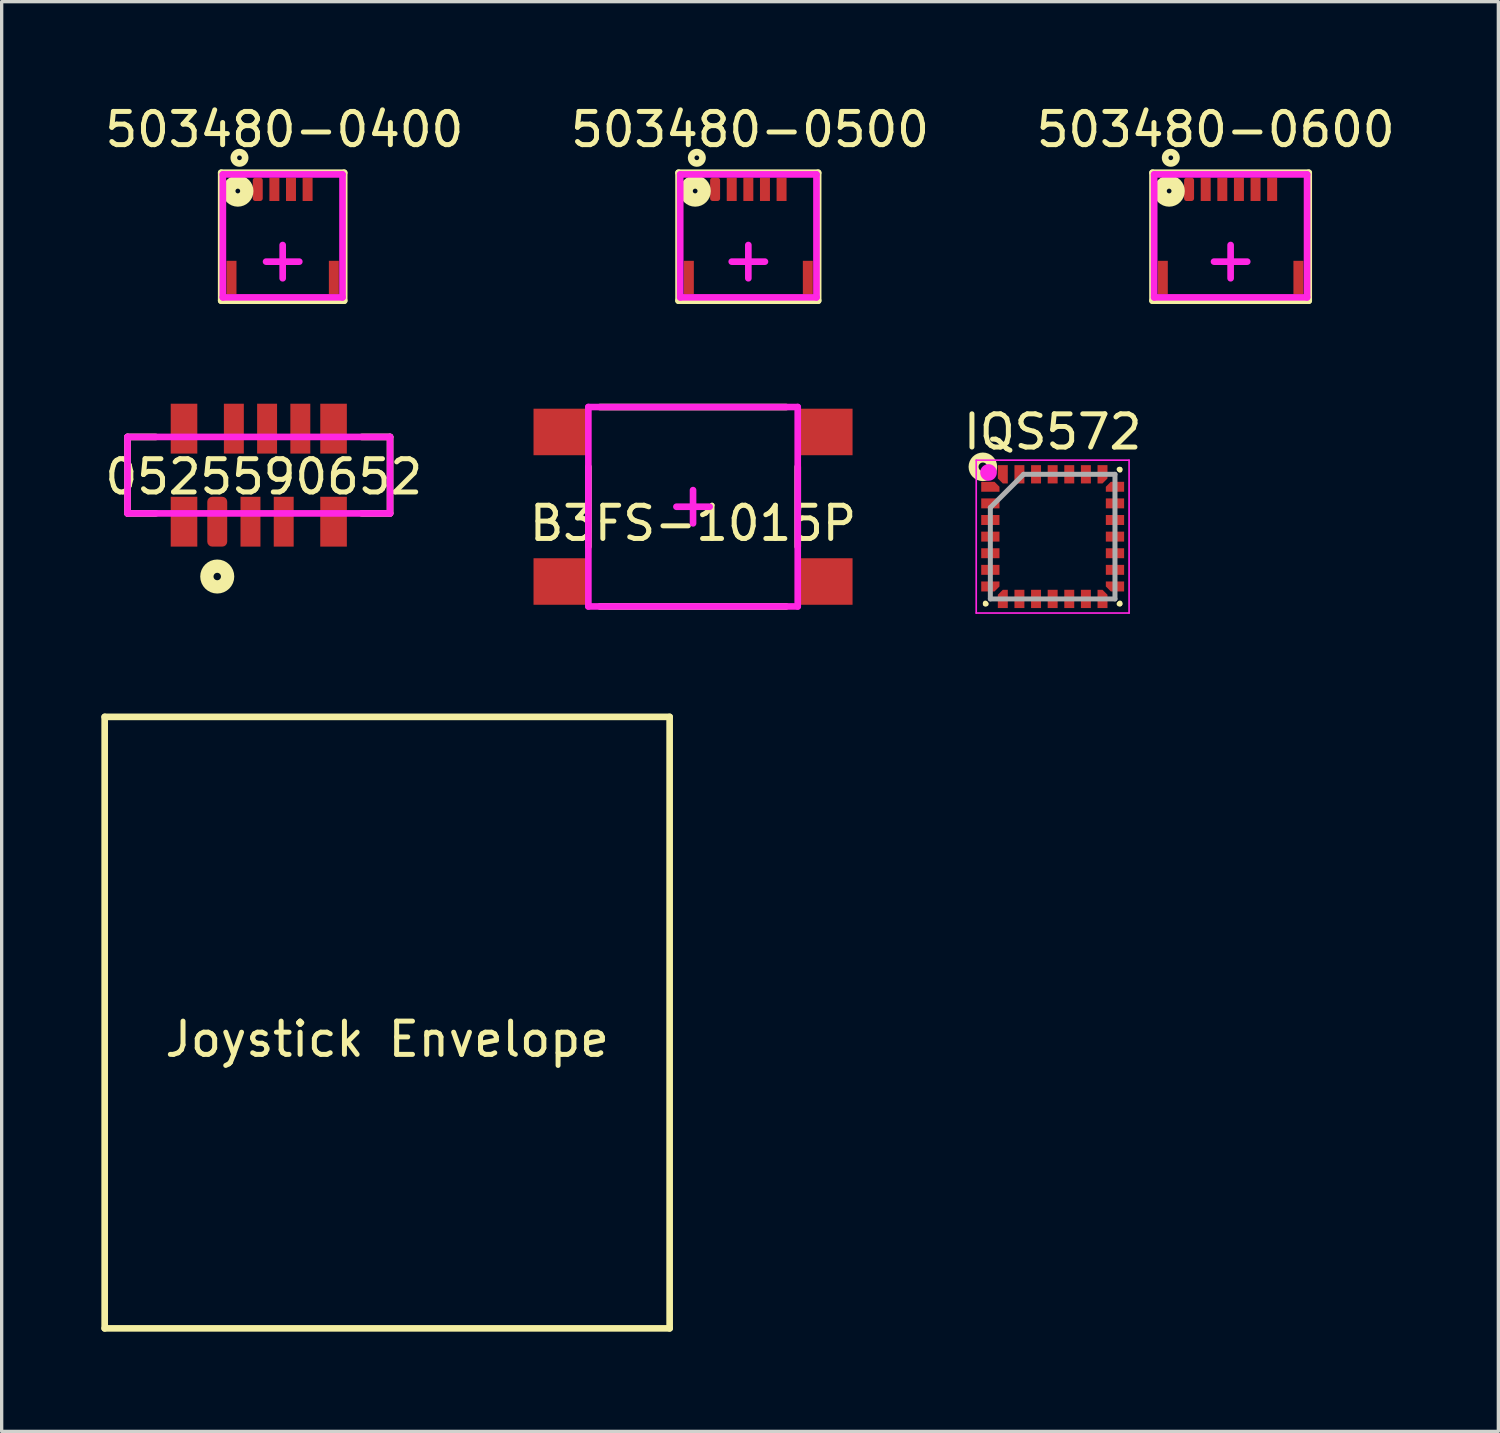
<source format=kicad_pcb>
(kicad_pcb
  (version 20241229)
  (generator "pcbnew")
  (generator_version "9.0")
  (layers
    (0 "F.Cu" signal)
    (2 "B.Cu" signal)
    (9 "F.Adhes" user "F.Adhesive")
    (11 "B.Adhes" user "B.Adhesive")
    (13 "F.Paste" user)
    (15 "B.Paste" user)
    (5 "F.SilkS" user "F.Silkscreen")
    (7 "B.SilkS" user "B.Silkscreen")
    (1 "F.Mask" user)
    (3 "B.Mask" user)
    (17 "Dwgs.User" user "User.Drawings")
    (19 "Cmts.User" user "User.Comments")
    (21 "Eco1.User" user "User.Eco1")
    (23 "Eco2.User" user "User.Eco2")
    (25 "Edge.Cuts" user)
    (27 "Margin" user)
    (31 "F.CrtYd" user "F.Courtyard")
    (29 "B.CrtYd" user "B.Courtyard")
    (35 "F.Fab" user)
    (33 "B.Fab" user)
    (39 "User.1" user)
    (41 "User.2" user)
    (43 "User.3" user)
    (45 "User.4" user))
  (footprint "Joystick Envelope"
    (layer "F.Cu")
    (at 8.6 27.721)
    (property "Reference" "Joystick Envelope" (at 0 0.5 0) (layer "F.SilkS") (effects (font (size 1 1) (thickness 0.15))))
    (attr through_hole)
    (fp_line (start -8.5 -9.2) (end -8.5 9.2) (stroke (width 0.2) (type solid)) (layer "F.SilkS"))
    (fp_line (start -8.5 -9.2) (end 8.5 -9.2) (stroke (width 0.2) (type solid)) (layer "F.SilkS"))
    (fp_line (start -8.5 9.2) (end 8.5 9.2) (stroke (width 0.2) (type solid)) (layer "F.SilkS"))
    (fp_line (start 8.5 -9.2) (end 8.5 9.2) (stroke (width 0.2) (type solid)) (layer "F.SilkS")))
  (footprint "0525590652"
    (layer "F.Cu")
    (at 4.737 11.248)
    (property "Reference" "0525590652" (at 0.15 0.05 0) (layer "F.SilkS") (effects (font (size 1 1) (thickness 0.15))))
    (attr through_hole)
    (fp_line (start -3.95 -1.15) (end -3.95 1.15) (stroke (width 0.2) (type solid)) (layer "F.SilkS"))
    (fp_line (start -3.95 -1.15) (end -3.1 -1.15) (stroke (width 0.2) (type solid)) (layer "F.SilkS"))
    (fp_line (start -3.95 1.15) (end -3.1 1.15) (stroke (width 0.2) (type solid)) (layer "F.SilkS"))
    (fp_line (start 3.1 -1.15) (end 3.95 -1.15) (stroke (width 0.2) (type solid)) (layer "F.SilkS"))
    (fp_line (start 3.1 1.15) (end 3.95 1.15) (stroke (width 0.2) (type solid)) (layer "F.SilkS"))
    (fp_line (start 3.95 -1.15) (end 3.95 1.15) (stroke (width 0.2) (type solid)) (layer "F.SilkS"))
    (fp_circle (center -1.25 3.05) (end -1.138 3.05) (stroke (width 0.4) (type solid)) (fill no) (layer "F.SilkS"))
    (fp_line (start -3.95 -1.15) (end 3.95 -1.15) (stroke (width 0.2) (type solid)) (layer "F.CrtYd"))
    (fp_line (start -3.95 1.15) (end -3.95 -1.15) (stroke (width 0.2) (type solid)) (layer "F.CrtYd"))
    (fp_line (start 3.95 1.15) (end -3.95 1.15) (stroke (width 0.2) (type solid)) (layer "F.CrtYd"))
    (fp_line (start 3.95 1.15) (end 3.95 -1.15) (stroke (width 0.2) (type solid)) (layer "F.CrtYd"))
    (pad "0" smd rect (at -2.25 -1.4) (size 0.8 1.5) (layers "F.Cu" "F.Mask" "F.Paste"))
    (pad "0" smd rect (at -2.25 1.4) (size 0.8 1.5) (layers "F.Cu" "F.Mask" "F.Paste"))
    (pad "0" smd rect (at 2.25 -1.4) (size 0.8 1.5) (layers "F.Cu" "F.Mask" "F.Paste"))
    (pad "0" smd rect (at 2.25 1.4) (size 0.8 1.5) (layers "F.Cu" "F.Mask" "F.Paste"))
    (pad "1" smd roundrect (at -1.25 1.4) (size 0.6 1.5) (layers "F.Cu" "F.Mask" "F.Paste") (roundrect_rratio 0.25))
    (pad "2" smd rect (at -0.75 -1.4) (size 0.6 1.5) (layers "F.Cu" "F.Mask" "F.Paste"))
    (pad "3" smd rect (at -0.25 1.4) (size 0.6 1.5) (layers "F.Cu" "F.Mask" "F.Paste"))
    (pad "4" smd rect (at 0.25 -1.4) (size 0.6 1.5) (layers "F.Cu" "F.Mask" "F.Paste"))
    (pad "5" smd rect (at 0.75 1.4) (size 0.6 1.5) (layers "F.Cu" "F.Mask" "F.Paste"))
    (pad "6" smd rect (at 1.25 -1.4) (size 0.6 1.5) (layers "F.Cu" "F.Mask" "F.Paste")))
  (footprint "503480-0600"
    (layer "F.Cu")
    (at 33.98 2.648)
    (property "Reference" "503480-0600" (at -0.45 -1.8 0) (layer "F.SilkS") (effects (font (size 1 1) (thickness 0.15))))
    (attr through_hole)
    (fp_line (start -2.35 -0.5) (end 2.35 -0.5) (stroke (width 0.2) (type solid)) (layer "F.SilkS"))
    (fp_line (start -2.35 3.35) (end -2.35 -0.5) (stroke (width 0.2) (type solid)) (layer "F.SilkS"))
    (fp_line (start -2.35 3.35) (end 2.35 3.35) (stroke (width 0.2) (type solid)) (layer "F.SilkS"))
    (fp_line (start 2.35 3.35) (end 2.35 -0.5) (stroke (width 0.2) (type solid)) (layer "F.SilkS"))
    (fp_circle (center -1.85 0.05) (end -1.779 0.05) (stroke (width 0.4) (type solid)) (fill no) (layer "F.SilkS"))
    (fp_circle (center -1.8 -0.95) (end -1.75 -0.9) (stroke (width 0.2) (type solid)) (fill no) (layer "F.SilkS"))
    (fp_line (start -2.3 -0.45) (end -2.3 3.25) (stroke (width 0.2) (type solid)) (layer "F.CrtYd"))
    (fp_line (start -2.3 3.25) (end 2.3 3.25) (stroke (width 0.2) (type solid)) (layer "F.CrtYd"))
    (fp_line (start -0.5 2.175) (end 0.5 2.175) (stroke (width 0.2) (type solid)) (layer "F.CrtYd"))
    (fp_line (start 0 1.675) (end 0 2.675) (stroke (width 0.2) (type solid)) (layer "F.CrtYd"))
    (fp_line (start 2.3 -0.45) (end -2.3 -0.45) (stroke (width 0.2) (type solid)) (layer "F.CrtYd"))
    (fp_line (start 2.3 3.25) (end 2.3 -0.45) (stroke (width 0.2) (type solid)) (layer "F.CrtYd"))
    (pad "0" smd rect (at -2.04 2.65) (size 0.3 1) (layers "F.Cu" "F.Mask" "F.Paste"))
    (pad "0" smd rect (at 2.04 2.65) (size 0.3 1) (layers "F.Cu" "F.Mask" "F.Paste"))
    (pad "1" smd roundrect (at -1.25 0) (size 0.3 0.7) (layers "F.Cu" "F.Mask" "F.Paste") (roundrect_rratio 0.25))
    (pad "2" smd rect (at -0.75 0) (size 0.3 0.7) (layers "F.Cu" "F.Mask" "F.Paste"))
    (pad "3" smd rect (at -0.25 0) (size 0.3 0.7) (layers "F.Cu" "F.Mask" "F.Paste"))
    (pad "4" smd rect (at 0.25 0) (size 0.3 0.7) (layers "F.Cu" "F.Mask" "F.Paste"))
    (pad "5" smd rect (at 0.75 0) (size 0.3 0.7) (layers "F.Cu" "F.Mask" "F.Paste"))
    (pad "6" smd rect (at 1.25 0) (size 0.3 0.7) (layers "F.Cu" "F.Mask" "F.Paste")))
  (footprint "B3FS-1015P"
    (layer "F.Cu")
    (at 17.804 12.198)
    (property "Reference" "B3FS-1015P" (at 0 0.5 0) (layer "F.SilkS") (effects (font (size 1 1) (thickness 0.15))))
    (attr through_hole)
    (fp_line (start -3.15 1.2) (end -3.15 -1.2) (stroke (width 0.2) (type solid)) (layer "F.SilkS"))
    (fp_line (start -2.8 -3) (end 2.8 -3) (stroke (width 0.2) (type solid)) (layer "F.SilkS"))
    (fp_line (start -2.8 3) (end 2.8 3) (stroke (width 0.2) (type solid)) (layer "F.SilkS"))
    (fp_line (start 3.15 1.2) (end 3.15 -1.2) (stroke (width 0.2) (type solid)) (layer "F.SilkS"))
    (fp_line (start -3.15 -3) (end 3.15 -3) (stroke (width 0.2) (type solid)) (layer "F.CrtYd"))
    (fp_line (start -3.15 3) (end -3.15 -3) (stroke (width 0.2) (type solid)) (layer "F.CrtYd"))
    (fp_line (start -3.15 3) (end 3.15 3) (stroke (width 0.2) (type solid)) (layer "F.CrtYd"))
    (fp_line (start -0.5 0) (end 0.5 0) (stroke (width 0.2) (type solid)) (layer "F.CrtYd"))
    (fp_line (start 0 -0.5) (end 0 0.5) (stroke (width 0.2) (type solid)) (layer "F.CrtYd"))
    (fp_line (start 3.15 3) (end 3.15 -3) (stroke (width 0.2) (type solid)) (layer "F.CrtYd"))
    (pad "1" smd rect (at 4 2.25) (size 1.6 1.4) (layers "F.Cu" "F.Mask" "F.Paste"))
    (pad "2" smd rect (at -4 2.25) (size 1.6 1.4) (layers "F.Cu" "F.Mask" "F.Paste"))
    (pad "3" smd rect (at 4 -2.25) (size 1.6 1.4) (layers "F.Cu" "F.Mask" "F.Paste"))
    (pad "4" smd rect (at -4 -2.25) (size 1.6 1.4) (layers "F.Cu" "F.Mask" "F.Paste")))
  (footprint "503480-0400"
    (layer "F.Cu")
    (at 5.456 2.648)
    (property "Reference" "503480-0400" (at 0.05 -1.8 0) (layer "F.SilkS") (effects (font (size 1 1) (thickness 0.15))))
    (attr through_hole)
    (fp_line (start -1.85 -0.5) (end 1.85 -0.5) (stroke (width 0.2) (type solid)) (layer "F.SilkS"))
    (fp_line (start -1.85 3.35) (end -1.85 -0.5) (stroke (width 0.2) (type solid)) (layer "F.SilkS"))
    (fp_line (start -1.85 3.35) (end 1.85 3.35) (stroke (width 0.2) (type solid)) (layer "F.SilkS"))
    (fp_line (start 1.85 3.35) (end 1.85 -0.5) (stroke (width 0.2) (type solid)) (layer "F.SilkS"))
    (fp_circle (center -1.35 0.05) (end -1.279 0.05) (stroke (width 0.4) (type solid)) (fill no) (layer "F.SilkS"))
    (fp_circle (center -1.3 -0.95) (end -1.25 -0.9) (stroke (width 0.2) (type solid)) (fill no) (layer "F.SilkS"))
    (fp_line (start -1.8 -0.45) (end -1.8 3.25) (stroke (width 0.2) (type solid)) (layer "F.CrtYd"))
    (fp_line (start -1.8 3.25) (end 1.8 3.25) (stroke (width 0.2) (type solid)) (layer "F.CrtYd"))
    (fp_line (start -0.5 2.175) (end 0.5 2.175) (stroke (width 0.2) (type solid)) (layer "F.CrtYd"))
    (fp_line (start 0 1.675) (end 0 2.675) (stroke (width 0.2) (type solid)) (layer "F.CrtYd"))
    (fp_line (start 1.8 -0.45) (end -1.8 -0.45) (stroke (width 0.2) (type solid)) (layer "F.CrtYd"))
    (fp_line (start 1.8 3.25) (end 1.8 -0.45) (stroke (width 0.2) (type solid)) (layer "F.CrtYd"))
    (pad "0" smd rect (at -1.54 2.65) (size 0.3 1) (layers "F.Cu" "F.Mask" "F.Paste"))
    (pad "0" smd rect (at 1.54 2.65) (size 0.3 1) (layers "F.Cu" "F.Mask" "F.Paste"))
    (pad "1" smd roundrect (at -0.75 0) (size 0.3 0.7) (layers "F.Cu" "F.Mask" "F.Paste") (roundrect_rratio 0.25))
    (pad "2" smd rect (at -0.25 0) (size 0.3 0.7) (layers "F.Cu" "F.Mask" "F.Paste"))
    (pad "3" smd rect (at 0.25 0) (size 0.3 0.7) (layers "F.Cu" "F.Mask" "F.Paste"))
    (pad "4" smd rect (at 0.75 0) (size 0.3 0.7) (layers "F.Cu" "F.Mask" "F.Paste")))
  (footprint "IQS572"
    (layer "F.Cu")
    (at 28.625 13.097)
    (property "Reference" "IQS572" (at 0 -3.15 0) (layer "F.SilkS") (effects (font (size 1 1) (thickness 0.15))))
    (attr smd)
    (fp_line (start -2.025 2.025) (end -2.025 2) (stroke (width 0.15) (type solid)) (layer "F.SilkS"))
    (fp_line (start -2 2.025) (end -2.025 2.025) (stroke (width 0.15) (type solid)) (layer "F.SilkS"))
    (fp_line (start 2 -2.025) (end 2.025 -2.025) (stroke (width 0.15) (type solid)) (layer "F.SilkS"))
    (fp_line (start 2 2.025) (end 2.025 2.025) (stroke (width 0.15) (type solid)) (layer "F.SilkS"))
    (fp_line (start 2.025 -2.025) (end 2.025 -2) (stroke (width 0.15) (type solid)) (layer "F.SilkS"))
    (fp_line (start 2.025 2.025) (end 2.025 2) (stroke (width 0.15) (type solid)) (layer "F.SilkS"))
    (fp_circle (center -2.1 -2.1) (end -1.97 -2.1) (stroke (width 0.3) (type solid)) (fill no) (layer "F.SilkS"))
    (fp_line (start -2.3 -2.3) (end 2.3 -2.3) (stroke (width 0.05) (type solid)) (layer "F.CrtYd"))
    (fp_line (start -2.3 2.3) (end -2.3 -2.3) (stroke (width 0.05) (type solid)) (layer "F.CrtYd"))
    (fp_line (start 2.3 -2.3) (end 2.3 2.3) (stroke (width 0.05) (type solid)) (layer "F.CrtYd"))
    (fp_line (start 2.3 2.3) (end -2.3 2.3) (stroke (width 0.05) (type solid)) (layer "F.CrtYd"))
    (fp_circle (center -1.93 -1.93) (end -1.804 -1.93) (stroke (width 0.25) (type solid)) (fill no) (layer "F.CrtYd"))
    (fp_line (start -1.875 -0.875) (end -1.875 1.875) (stroke (width 0.15) (type solid)) (layer "F.Fab"))
    (fp_line (start -1.875 1.875) (end 1.875 1.875) (stroke (width 0.15) (type solid)) (layer "F.Fab"))
    (fp_line (start -0.875 -1.875) (end -1.875 -0.875) (stroke (width 0.15) (type solid)) (layer "F.Fab"))
    (fp_line (start 1.875 -1.875) (end -0.875 -1.875) (stroke (width 0.15) (type solid)) (layer "F.Fab"))
    (fp_line (start 1.875 1.875) (end 1.875 -1.875) (stroke (width 0.15) (type solid)) (layer "F.Fab"))
    (pad "1" smd custom (at -1.875 -1.5 90) (size 0.1 0.1) (layers "F.Cu" "F.Mask" "F.Paste") (options (anchor rect)) (primitives (gr_poly (pts (xy -0.15 -0.275) (xy -0.15 0.275) (xy 0 0.275) (xy 0.15 0.125) (xy 0.15 -0.275)) (width 0) (fill yes))))
    (pad "2" smd rect (at -1.875 -1 90) (size 0.3 0.55) (layers "F.Cu" "F.Mask" "F.Paste"))
    (pad "3" smd rect (at -1.875 -0.5 90) (size 0.3 0.55) (layers "F.Cu" "F.Mask" "F.Paste"))
    (pad "4" smd rect (at -1.875 0 90) (size 0.3 0.55) (layers "F.Cu" "F.Mask" "F.Paste"))
    (pad "5" smd rect (at -1.875 0.5 90) (size 0.3 0.55) (layers "F.Cu" "F.Mask" "F.Paste"))
    (pad "6" smd rect (at -1.875 1 90) (size 0.3 0.55) (layers "F.Cu" "F.Mask" "F.Paste"))
    (pad "7" smd custom (at -1.875 1.5 90) (size 0.1 0.1) (layers "F.Cu" "F.Mask" "F.Paste") (options (anchor rect)) (primitives (gr_poly (pts (xy 0.15 -0.275) (xy -0.15 -0.275) (xy -0.15 0.125) (xy 0 0.275) (xy 0.15 0.275)) (width 0) (fill yes))))
    (pad "8" smd custom (at -1.5 1.875) (size 0.1 0.1) (layers "F.Cu" "F.Mask" "F.Paste") (options (anchor rect)) (primitives (gr_poly (pts (xy 0.15 0.275) (xy 0.15 -0.275) (xy 0 -0.275) (xy -0.15 -0.125) (xy -0.15 0.275)) (width 0) (fill yes))))
    (pad "9" smd rect (at -1 1.875) (size 0.3 0.55) (layers "F.Cu" "F.Mask" "F.Paste"))
    (pad "10" smd rect (at -0.5 1.875) (size 0.3 0.55) (layers "F.Cu" "F.Mask" "F.Paste"))
    (pad "11" smd rect (at 0 1.875) (size 0.3 0.55) (layers "F.Cu" "F.Mask" "F.Paste"))
    (pad "12" smd rect (at 0.5 1.875) (size 0.3 0.55) (layers "F.Cu" "F.Mask" "F.Paste"))
    (pad "13" smd rect (at 1 1.875) (size 0.3 0.55) (layers "F.Cu" "F.Mask" "F.Paste"))
    (pad "14" smd custom (at 1.5 1.875) (size 0.1 0.1) (layers "F.Cu" "F.Mask" "F.Paste") (options (anchor rect)) (primitives (gr_poly (pts (xy -0.15 0.275) (xy 0.15 0.275) (xy 0.15 -0.125) (xy 0 -0.275) (xy -0.15 -0.275)) (width 0) (fill yes))))
    (pad "15" smd custom (at 1.875 1.5 90) (size 0.1 0.1) (layers "F.Cu" "F.Mask" "F.Paste") (options (anchor rect)) (primitives (gr_poly (pts (xy 0.15 0.275) (xy 0.15 -0.275) (xy 0 -0.275) (xy -0.15 -0.125) (xy -0.15 0.275)) (width 0) (fill yes))))
    (pad "16" smd rect (at 1.875 1 90) (size 0.3 0.55) (layers "F.Cu" "F.Mask" "F.Paste"))
    (pad "17" smd rect (at 1.875 0.5 90) (size 0.3 0.55) (layers "F.Cu" "F.Mask" "F.Paste"))
    (pad "18" smd rect (at 1.875 0 90) (size 0.3 0.55) (layers "F.Cu" "F.Mask" "F.Paste"))
    (pad "19" smd rect (at 1.875 -0.5 90) (size 0.3 0.55) (layers "F.Cu" "F.Mask" "F.Paste"))
    (pad "20" smd rect (at 1.875 -1 90) (size 0.3 0.55) (layers "F.Cu" "F.Mask" "F.Paste"))
    (pad "21" smd custom (at 1.875 -1.5 90) (size 0.1 0.1) (layers "F.Cu" "F.Mask" "F.Paste") (options (anchor rect)) (primitives (gr_poly (pts (xy -0.15 0.275) (xy 0.15 0.275) (xy 0.15 -0.125) (xy 0 -0.275) (xy -0.15 -0.275)) (width 0) (fill yes))))
    (pad "22" smd custom (at 1.5 -1.875) (size 0.1 0.1) (layers "F.Cu" "F.Mask" "F.Paste") (options (anchor rect)) (primitives (gr_poly (pts (xy -0.15 -0.275) (xy -0.15 0.275) (xy 0 0.275) (xy 0.15 0.125) (xy 0.15 -0.275)) (width 0) (fill yes))))
    (pad "23" smd rect (at 1 -1.875) (size 0.3 0.55) (layers "F.Cu" "F.Mask" "F.Paste"))
    (pad "24" smd rect (at 0.5 -1.875) (size 0.3 0.55) (layers "F.Cu" "F.Mask" "F.Paste"))
    (pad "25" smd rect (at 0 -1.875) (size 0.3 0.55) (layers "F.Cu" "F.Mask" "F.Paste"))
    (pad "26" smd rect (at -0.5 -1.875) (size 0.3 0.55) (layers "F.Cu" "F.Mask" "F.Paste"))
    (pad "27" smd rect (at -1 -1.875) (size 0.3 0.55) (layers "F.Cu" "F.Mask" "F.Paste"))
    (pad "28" smd custom (at -1.5 -1.875) (size 0.1 0.1) (layers "F.Cu" "F.Mask" "F.Paste") (options (anchor rect)) (primitives (gr_poly (pts (xy 0.15 -0.275) (xy -0.15 -0.275) (xy -0.15 0.125) (xy 0 0.275) (xy 0.15 0.275)) (width 0) (fill yes)))))
  (footprint "503480-0500"
    (layer "F.Cu")
    (at 19.468 2.648)
    (property "Reference" "503480-0500" (at 0.05 -1.8 0) (layer "F.SilkS") (effects (font (size 1 1) (thickness 0.15))))
    (attr through_hole)
    (fp_line (start -2.1 -0.5) (end 2.1 -0.5) (stroke (width 0.2) (type solid)) (layer "F.SilkS"))
    (fp_line (start -2.1 3.35) (end -2.1 -0.5) (stroke (width 0.2) (type solid)) (layer "F.SilkS"))
    (fp_line (start -2.1 3.35) (end 2.1 3.35) (stroke (width 0.2) (type solid)) (layer "F.SilkS"))
    (fp_line (start 2.1 3.35) (end 2.1 -0.5) (stroke (width 0.2) (type solid)) (layer "F.SilkS"))
    (fp_circle (center -1.6 0.05) (end -1.529 0.05) (stroke (width 0.4) (type solid)) (fill no) (layer "F.SilkS"))
    (fp_circle (center -1.55 -0.95) (end -1.5 -0.9) (stroke (width 0.2) (type solid)) (fill no) (layer "F.SilkS"))
    (fp_line (start -2.05 -0.45) (end 2.05 -0.45) (stroke (width 0.2) (type solid)) (layer "F.CrtYd"))
    (fp_line (start -2.05 3.25) (end -2.05 -0.45) (stroke (width 0.2) (type solid)) (layer "F.CrtYd"))
    (fp_line (start -0.5 2.175) (end 0.5 2.175) (stroke (width 0.2) (type solid)) (layer "F.CrtYd"))
    (fp_line (start 0 1.675) (end 0 2.675) (stroke (width 0.2) (type solid)) (layer "F.CrtYd"))
    (fp_line (start 2.05 -0.45) (end 2.05 3.25) (stroke (width 0.2) (type solid)) (layer "F.CrtYd"))
    (fp_line (start 2.05 3.25) (end -2.05 3.25) (stroke (width 0.2) (type solid)) (layer "F.CrtYd"))
    (pad "0" smd rect (at -1.79 2.65) (size 0.3 1) (layers "F.Cu" "F.Mask" "F.Paste"))
    (pad "0" smd rect (at 1.79 2.65) (size 0.3 1) (layers "F.Cu" "F.Mask" "F.Paste"))
    (pad "1" smd roundrect (at -1 0) (size 0.3 0.7) (layers "F.Cu" "F.Mask" "F.Paste") (roundrect_rratio 0.25))
    (pad "2" smd rect (at -0.5 0) (size 0.3 0.7) (layers "F.Cu" "F.Mask" "F.Paste"))
    (pad "3" smd rect (at 0 0) (size 0.3 0.7) (layers "F.Cu" "F.Mask" "F.Paste"))
    (pad "4" smd rect (at 0.5 0) (size 0.3 0.7) (layers "F.Cu" "F.Mask" "F.Paste"))
    (pad "5" smd rect (at 1 0) (size 0.3 0.7) (layers "F.Cu" "F.Mask" "F.Paste")))
  (gr_rect
    (start -3 -3)
    (end 42.036 40.022)
    (stroke (width 0.1) (type default))
    (fill no)
    (layer "Edge.Cuts")))
</source>
